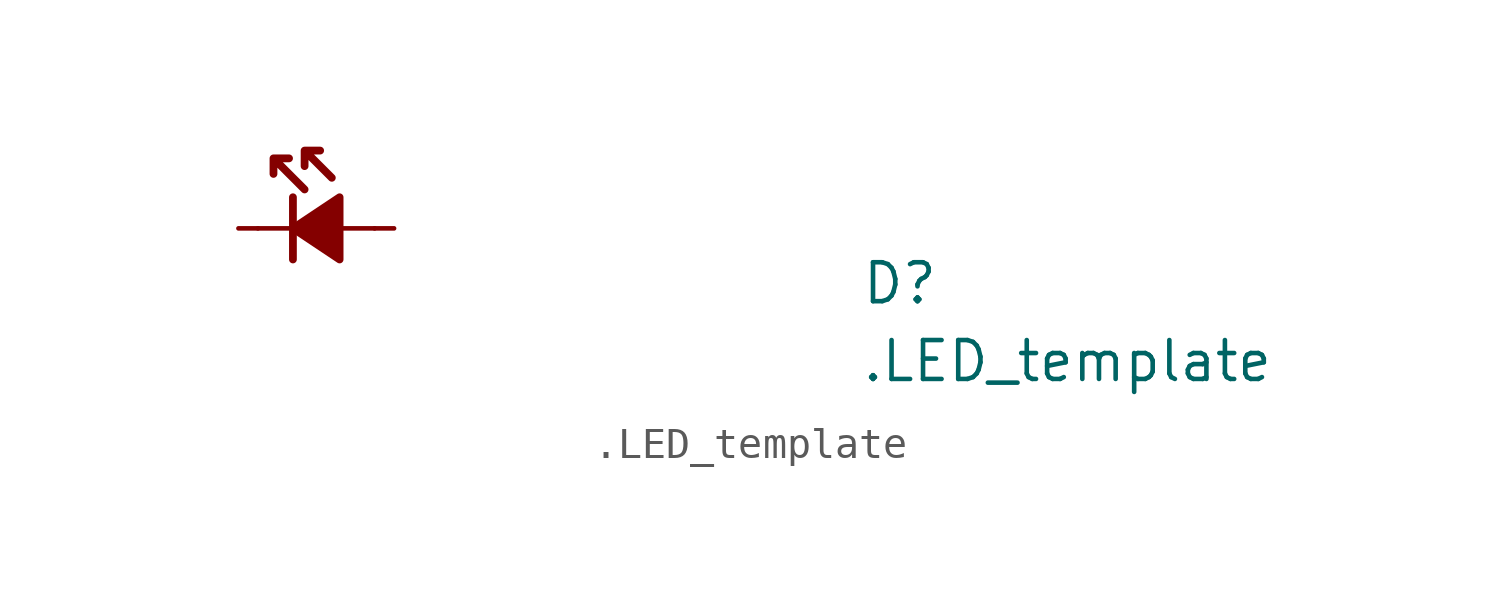
<source format=kicad_sym>
(kicad_symbol_lib
  (version 20220914)
  (generator kicad_symbol_editor)
  (symbol ".LED_template"
    (pin_numbers hide)
    (pin_names hide)
    (property "Reference" "D"
      (at 20.32 -2.54 0)
      (effects (font (size 1.27 1.27) (thickness 0.15)) (justify left bottom)))
    (property "Value" ".LED_template"
      (at 20.32 -5.08 0)
      (effects (font (size 1.27 1.27) (thickness 0.15)) (justify left bottom)))
    (symbol ".LED_template_0_1"
      (polyline (pts (xy 1.905 0) (xy 0.635 0)) (stroke (width 0) (type default)) (fill (type none)))
      (polyline (pts (xy 4.445 0) (xy 3.175 0)) (stroke (width 0) (type default)) (fill (type none))))
    (symbol ".LED_template_1_1"
      (polyline (pts (xy 1.778 1.016) (xy 1.778 -1.016)) (stroke (width 0.254) (type default)) (fill (type none)))
      (polyline (pts (xy 3.302 1.016) (xy 3.302 -1.016) (xy 1.778 0) (xy 3.302 1.016)) (stroke (width 0.254) (type default)) (fill (type outline)))
      (polyline (pts (xy 1.143 2.286) (xy 1.143 1.778) (xy 1.143 2.286) (xy 1.651 2.286) (xy 1.143 2.286) (xy 2.159 1.27)) (stroke (width 0.254) (type default)) (fill (type none)))
      (polyline (pts (xy 2.159 2.54) (xy 2.159 2.032) (xy 2.159 2.54) (xy 2.667 2.54) (xy 2.159 2.54) (xy 3.048 1.651)) (stroke (width 0.254) (type default)) (fill (type none)))
      (pin passive line (at 0 0 0) (length 0.635) (name "C" (effects (font (size 1.27 1.27)))) (number "1" (effects (font (size 1.27 1.27)))))
      (pin passive line (at 5.08 0 180) (length 0.635) (name "A" (effects (font (size 1.27 1.27)))) (number "2" (effects (font (size 1.27 1.27))))))))
</source>
